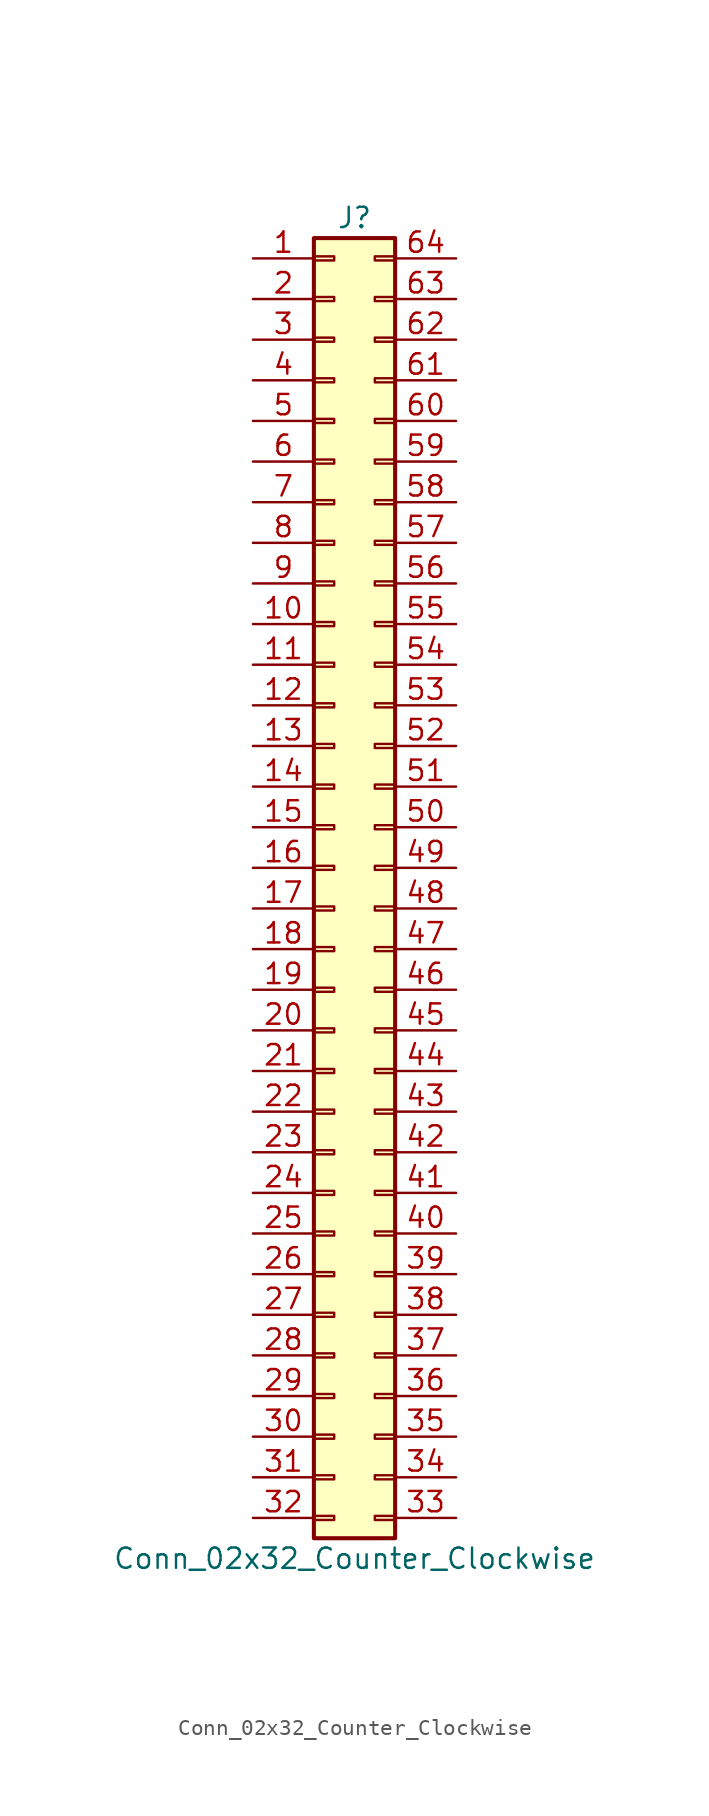
<source format=kicad_sym>
(kicad_symbol_lib
  (version 20220914)
  (generator kicad_symbol_editor)
  (symbol "Conn_02x32_Counter_Clockwise"
    (pin_names
      (offset 1.016) hide)
    (property "Reference" "J"
      (at 1.27 40.64 0)
      (effects (font (size 1.27 1.27))))
    (property "Value" "Conn_02x32_Counter_Clockwise"
      (at 1.27 -43.18 0)
      (effects (font (size 1.27 1.27))))
    (symbol "Conn_02x32_Counter_Clockwise_1_1"
      (rectangle (start -1.27 -40.513) (end 0 -40.767) (stroke (width 0.152) (type solid)) (fill (type none)))
      (rectangle (start -1.27 -37.973) (end 0 -38.227) (stroke (width 0.152) (type solid)) (fill (type none)))
      (rectangle (start -1.27 -35.433) (end 0 -35.687) (stroke (width 0.152) (type solid)) (fill (type none)))
      (rectangle (start -1.27 -32.893) (end 0 -33.147) (stroke (width 0.152) (type solid)) (fill (type none)))
      (rectangle (start -1.27 -30.353) (end 0 -30.607) (stroke (width 0.152) (type solid)) (fill (type none)))
      (rectangle (start -1.27 -27.813) (end 0 -28.067) (stroke (width 0.152) (type solid)) (fill (type none)))
      (rectangle (start -1.27 -25.273) (end 0 -25.527) (stroke (width 0.152) (type solid)) (fill (type none)))
      (rectangle (start -1.27 -22.733) (end 0 -22.987) (stroke (width 0.152) (type solid)) (fill (type none)))
      (rectangle (start -1.27 -20.193) (end 0 -20.447) (stroke (width 0.152) (type solid)) (fill (type none)))
      (rectangle (start -1.27 -17.653) (end 0 -17.907) (stroke (width 0.152) (type solid)) (fill (type none)))
      (rectangle (start -1.27 -15.113) (end 0 -15.367) (stroke (width 0.152) (type solid)) (fill (type none)))
      (rectangle (start -1.27 -12.573) (end 0 -12.827) (stroke (width 0.152) (type solid)) (fill (type none)))
      (rectangle (start -1.27 -10.033) (end 0 -10.287) (stroke (width 0.152) (type solid)) (fill (type none)))
      (rectangle (start -1.27 -7.493) (end 0 -7.747) (stroke (width 0.152) (type solid)) (fill (type none)))
      (rectangle (start -1.27 -4.953) (end 0 -5.207) (stroke (width 0.152) (type solid)) (fill (type none)))
      (rectangle (start -1.27 -2.413) (end 0 -2.667) (stroke (width 0.152) (type solid)) (fill (type none)))
      (rectangle (start -1.27 0.127) (end 0 -0.127) (stroke (width 0.152) (type solid)) (fill (type none)))
      (rectangle (start -1.27 2.667) (end 0 2.413) (stroke (width 0.152) (type solid)) (fill (type none)))
      (rectangle (start -1.27 5.207) (end 0 4.953) (stroke (width 0.152) (type solid)) (fill (type none)))
      (rectangle (start -1.27 7.747) (end 0 7.493) (stroke (width 0.152) (type solid)) (fill (type none)))
      (rectangle (start -1.27 10.287) (end 0 10.033) (stroke (width 0.152) (type solid)) (fill (type none)))
      (rectangle (start -1.27 12.827) (end 0 12.573) (stroke (width 0.152) (type solid)) (fill (type none)))
      (rectangle (start -1.27 15.367) (end 0 15.113) (stroke (width 0.152) (type solid)) (fill (type none)))
      (rectangle (start -1.27 17.907) (end 0 17.653) (stroke (width 0.152) (type solid)) (fill (type none)))
      (rectangle (start -1.27 20.447) (end 0 20.193) (stroke (width 0.152) (type solid)) (fill (type none)))
      (rectangle (start -1.27 22.987) (end 0 22.733) (stroke (width 0.152) (type solid)) (fill (type none)))
      (rectangle (start -1.27 25.527) (end 0 25.273) (stroke (width 0.152) (type solid)) (fill (type none)))
      (rectangle (start -1.27 28.067) (end 0 27.813) (stroke (width 0.152) (type solid)) (fill (type none)))
      (rectangle (start -1.27 30.607) (end 0 30.353) (stroke (width 0.152) (type solid)) (fill (type none)))
      (rectangle (start -1.27 33.147) (end 0 32.893) (stroke (width 0.152) (type solid)) (fill (type none)))
      (rectangle (start -1.27 35.687) (end 0 35.433) (stroke (width 0.152) (type solid)) (fill (type none)))
      (rectangle (start -1.27 38.227) (end 0 37.973) (stroke (width 0.152) (type solid)) (fill (type none)))
      (rectangle (start -1.27 39.37) (end 3.81 -41.91) (stroke (width 0.254) (type solid)) (fill (type background)))
      (rectangle (start 3.81 -40.513) (end 2.54 -40.767) (stroke (width 0.152) (type solid)) (fill (type none)))
      (rectangle (start 3.81 -37.973) (end 2.54 -38.227) (stroke (width 0.152) (type solid)) (fill (type none)))
      (rectangle (start 3.81 -35.433) (end 2.54 -35.687) (stroke (width 0.152) (type solid)) (fill (type none)))
      (rectangle (start 3.81 -32.893) (end 2.54 -33.147) (stroke (width 0.152) (type solid)) (fill (type none)))
      (rectangle (start 3.81 -30.353) (end 2.54 -30.607) (stroke (width 0.152) (type solid)) (fill (type none)))
      (rectangle (start 3.81 -27.813) (end 2.54 -28.067) (stroke (width 0.152) (type solid)) (fill (type none)))
      (rectangle (start 3.81 -25.273) (end 2.54 -25.527) (stroke (width 0.152) (type solid)) (fill (type none)))
      (rectangle (start 3.81 -22.733) (end 2.54 -22.987) (stroke (width 0.152) (type solid)) (fill (type none)))
      (rectangle (start 3.81 -20.193) (end 2.54 -20.447) (stroke (width 0.152) (type solid)) (fill (type none)))
      (rectangle (start 3.81 -17.653) (end 2.54 -17.907) (stroke (width 0.152) (type solid)) (fill (type none)))
      (rectangle (start 3.81 -15.113) (end 2.54 -15.367) (stroke (width 0.152) (type solid)) (fill (type none)))
      (rectangle (start 3.81 -12.573) (end 2.54 -12.827) (stroke (width 0.152) (type solid)) (fill (type none)))
      (rectangle (start 3.81 -10.033) (end 2.54 -10.287) (stroke (width 0.152) (type solid)) (fill (type none)))
      (rectangle (start 3.81 -7.493) (end 2.54 -7.747) (stroke (width 0.152) (type solid)) (fill (type none)))
      (rectangle (start 3.81 -4.953) (end 2.54 -5.207) (stroke (width 0.152) (type solid)) (fill (type none)))
      (rectangle (start 3.81 -2.413) (end 2.54 -2.667) (stroke (width 0.152) (type solid)) (fill (type none)))
      (rectangle (start 3.81 0.127) (end 2.54 -0.127) (stroke (width 0.152) (type solid)) (fill (type none)))
      (rectangle (start 3.81 2.667) (end 2.54 2.413) (stroke (width 0.152) (type solid)) (fill (type none)))
      (rectangle (start 3.81 5.207) (end 2.54 4.953) (stroke (width 0.152) (type solid)) (fill (type none)))
      (rectangle (start 3.81 7.747) (end 2.54 7.493) (stroke (width 0.152) (type solid)) (fill (type none)))
      (rectangle (start 3.81 10.287) (end 2.54 10.033) (stroke (width 0.152) (type solid)) (fill (type none)))
      (rectangle (start 3.81 12.827) (end 2.54 12.573) (stroke (width 0.152) (type solid)) (fill (type none)))
      (rectangle (start 3.81 15.367) (end 2.54 15.113) (stroke (width 0.152) (type solid)) (fill (type none)))
      (rectangle (start 3.81 17.907) (end 2.54 17.653) (stroke (width 0.152) (type solid)) (fill (type none)))
      (rectangle (start 3.81 20.447) (end 2.54 20.193) (stroke (width 0.152) (type solid)) (fill (type none)))
      (rectangle (start 3.81 22.987) (end 2.54 22.733) (stroke (width 0.152) (type solid)) (fill (type none)))
      (rectangle (start 3.81 25.527) (end 2.54 25.273) (stroke (width 0.152) (type solid)) (fill (type none)))
      (rectangle (start 3.81 28.067) (end 2.54 27.813) (stroke (width 0.152) (type solid)) (fill (type none)))
      (rectangle (start 3.81 30.607) (end 2.54 30.353) (stroke (width 0.152) (type solid)) (fill (type none)))
      (rectangle (start 3.81 33.147) (end 2.54 32.893) (stroke (width 0.152) (type solid)) (fill (type none)))
      (rectangle (start 3.81 35.687) (end 2.54 35.433) (stroke (width 0.152) (type solid)) (fill (type none)))
      (rectangle (start 3.81 38.227) (end 2.54 37.973) (stroke (width 0.152) (type solid)) (fill (type none)))
      (pin passive line (at -5.08 38.1 0) (length 3.81) (name "Pin_1" (effects (font (size 1.27 1.27)))) (number "1" (effects (font (size 1.27 1.27)))))
      (pin passive line (at -5.08 15.24 0) (length 3.81) (name "Pin_10" (effects (font (size 1.27 1.27)))) (number "10" (effects (font (size 1.27 1.27)))))
      (pin passive line (at -5.08 12.7 0) (length 3.81) (name "Pin_11" (effects (font (size 1.27 1.27)))) (number "11" (effects (font (size 1.27 1.27)))))
      (pin passive line (at -5.08 10.16 0) (length 3.81) (name "Pin_12" (effects (font (size 1.27 1.27)))) (number "12" (effects (font (size 1.27 1.27)))))
      (pin passive line (at -5.08 7.62 0) (length 3.81) (name "Pin_13" (effects (font (size 1.27 1.27)))) (number "13" (effects (font (size 1.27 1.27)))))
      (pin passive line (at -5.08 5.08 0) (length 3.81) (name "Pin_14" (effects (font (size 1.27 1.27)))) (number "14" (effects (font (size 1.27 1.27)))))
      (pin passive line (at -5.08 2.54 0) (length 3.81) (name "Pin_15" (effects (font (size 1.27 1.27)))) (number "15" (effects (font (size 1.27 1.27)))))
      (pin passive line (at -5.08 0 0) (length 3.81) (name "Pin_16" (effects (font (size 1.27 1.27)))) (number "16" (effects (font (size 1.27 1.27)))))
      (pin passive line (at -5.08 -2.54 0) (length 3.81) (name "Pin_17" (effects (font (size 1.27 1.27)))) (number "17" (effects (font (size 1.27 1.27)))))
      (pin passive line (at -5.08 -5.08 0) (length 3.81) (name "Pin_18" (effects (font (size 1.27 1.27)))) (number "18" (effects (font (size 1.27 1.27)))))
      (pin passive line (at -5.08 -7.62 0) (length 3.81) (name "Pin_19" (effects (font (size 1.27 1.27)))) (number "19" (effects (font (size 1.27 1.27)))))
      (pin passive line (at -5.08 35.56 0) (length 3.81) (name "Pin_2" (effects (font (size 1.27 1.27)))) (number "2" (effects (font (size 1.27 1.27)))))
      (pin passive line (at -5.08 -10.16 0) (length 3.81) (name "Pin_20" (effects (font (size 1.27 1.27)))) (number "20" (effects (font (size 1.27 1.27)))))
      (pin passive line (at -5.08 -12.7 0) (length 3.81) (name "Pin_21" (effects (font (size 1.27 1.27)))) (number "21" (effects (font (size 1.27 1.27)))))
      (pin passive line (at -5.08 -15.24 0) (length 3.81) (name "Pin_22" (effects (font (size 1.27 1.27)))) (number "22" (effects (font (size 1.27 1.27)))))
      (pin passive line (at -5.08 -17.78 0) (length 3.81) (name "Pin_23" (effects (font (size 1.27 1.27)))) (number "23" (effects (font (size 1.27 1.27)))))
      (pin passive line (at -5.08 -20.32 0) (length 3.81) (name "Pin_24" (effects (font (size 1.27 1.27)))) (number "24" (effects (font (size 1.27 1.27)))))
      (pin passive line (at -5.08 -22.86 0) (length 3.81) (name "Pin_25" (effects (font (size 1.27 1.27)))) (number "25" (effects (font (size 1.27 1.27)))))
      (pin passive line (at -5.08 -25.4 0) (length 3.81) (name "Pin_26" (effects (font (size 1.27 1.27)))) (number "26" (effects (font (size 1.27 1.27)))))
      (pin passive line (at -5.08 -27.94 0) (length 3.81) (name "Pin_27" (effects (font (size 1.27 1.27)))) (number "27" (effects (font (size 1.27 1.27)))))
      (pin passive line (at -5.08 -30.48 0) (length 3.81) (name "Pin_28" (effects (font (size 1.27 1.27)))) (number "28" (effects (font (size 1.27 1.27)))))
      (pin passive line (at -5.08 -33.02 0) (length 3.81) (name "Pin_29" (effects (font (size 1.27 1.27)))) (number "29" (effects (font (size 1.27 1.27)))))
      (pin passive line (at -5.08 33.02 0) (length 3.81) (name "Pin_3" (effects (font (size 1.27 1.27)))) (number "3" (effects (font (size 1.27 1.27)))))
      (pin passive line (at -5.08 -35.56 0) (length 3.81) (name "Pin_30" (effects (font (size 1.27 1.27)))) (number "30" (effects (font (size 1.27 1.27)))))
      (pin passive line (at -5.08 -38.1 0) (length 3.81) (name "Pin_31" (effects (font (size 1.27 1.27)))) (number "31" (effects (font (size 1.27 1.27)))))
      (pin passive line (at -5.08 -40.64 0) (length 3.81) (name "Pin_32" (effects (font (size 1.27 1.27)))) (number "32" (effects (font (size 1.27 1.27)))))
      (pin passive line (at 7.62 -40.64 180) (length 3.81) (name "Pin_33" (effects (font (size 1.27 1.27)))) (number "33" (effects (font (size 1.27 1.27)))))
      (pin passive line (at 7.62 -38.1 180) (length 3.81) (name "Pin_34" (effects (font (size 1.27 1.27)))) (number "34" (effects (font (size 1.27 1.27)))))
      (pin passive line (at 7.62 -35.56 180) (length 3.81) (name "Pin_35" (effects (font (size 1.27 1.27)))) (number "35" (effects (font (size 1.27 1.27)))))
      (pin passive line (at 7.62 -33.02 180) (length 3.81) (name "Pin_36" (effects (font (size 1.27 1.27)))) (number "36" (effects (font (size 1.27 1.27)))))
      (pin passive line (at 7.62 -30.48 180) (length 3.81) (name "Pin_37" (effects (font (size 1.27 1.27)))) (number "37" (effects (font (size 1.27 1.27)))))
      (pin passive line (at 7.62 -27.94 180) (length 3.81) (name "Pin_38" (effects (font (size 1.27 1.27)))) (number "38" (effects (font (size 1.27 1.27)))))
      (pin passive line (at 7.62 -25.4 180) (length 3.81) (name "Pin_39" (effects (font (size 1.27 1.27)))) (number "39" (effects (font (size 1.27 1.27)))))
      (pin passive line (at -5.08 30.48 0) (length 3.81) (name "Pin_4" (effects (font (size 1.27 1.27)))) (number "4" (effects (font (size 1.27 1.27)))))
      (pin passive line (at 7.62 -22.86 180) (length 3.81) (name "Pin_40" (effects (font (size 1.27 1.27)))) (number "40" (effects (font (size 1.27 1.27)))))
      (pin passive line (at 7.62 -20.32 180) (length 3.81) (name "Pin_41" (effects (font (size 1.27 1.27)))) (number "41" (effects (font (size 1.27 1.27)))))
      (pin passive line (at 7.62 -17.78 180) (length 3.81) (name "Pin_42" (effects (font (size 1.27 1.27)))) (number "42" (effects (font (size 1.27 1.27)))))
      (pin passive line (at 7.62 -15.24 180) (length 3.81) (name "Pin_43" (effects (font (size 1.27 1.27)))) (number "43" (effects (font (size 1.27 1.27)))))
      (pin passive line (at 7.62 -12.7 180) (length 3.81) (name "Pin_44" (effects (font (size 1.27 1.27)))) (number "44" (effects (font (size 1.27 1.27)))))
      (pin passive line (at 7.62 -10.16 180) (length 3.81) (name "Pin_45" (effects (font (size 1.27 1.27)))) (number "45" (effects (font (size 1.27 1.27)))))
      (pin passive line (at 7.62 -7.62 180) (length 3.81) (name "Pin_46" (effects (font (size 1.27 1.27)))) (number "46" (effects (font (size 1.27 1.27)))))
      (pin passive line (at 7.62 -5.08 180) (length 3.81) (name "Pin_47" (effects (font (size 1.27 1.27)))) (number "47" (effects (font (size 1.27 1.27)))))
      (pin passive line (at 7.62 -2.54 180) (length 3.81) (name "Pin_48" (effects (font (size 1.27 1.27)))) (number "48" (effects (font (size 1.27 1.27)))))
      (pin passive line (at 7.62 0 180) (length 3.81) (name "Pin_49" (effects (font (size 1.27 1.27)))) (number "49" (effects (font (size 1.27 1.27)))))
      (pin passive line (at -5.08 27.94 0) (length 3.81) (name "Pin_5" (effects (font (size 1.27 1.27)))) (number "5" (effects (font (size 1.27 1.27)))))
      (pin passive line (at 7.62 2.54 180) (length 3.81) (name "Pin_50" (effects (font (size 1.27 1.27)))) (number "50" (effects (font (size 1.27 1.27)))))
      (pin passive line (at 7.62 5.08 180) (length 3.81) (name "Pin_51" (effects (font (size 1.27 1.27)))) (number "51" (effects (font (size 1.27 1.27)))))
      (pin passive line (at 7.62 7.62 180) (length 3.81) (name "Pin_52" (effects (font (size 1.27 1.27)))) (number "52" (effects (font (size 1.27 1.27)))))
      (pin passive line (at 7.62 10.16 180) (length 3.81) (name "Pin_53" (effects (font (size 1.27 1.27)))) (number "53" (effects (font (size 1.27 1.27)))))
      (pin passive line (at 7.62 12.7 180) (length 3.81) (name "Pin_54" (effects (font (size 1.27 1.27)))) (number "54" (effects (font (size 1.27 1.27)))))
      (pin passive line (at 7.62 15.24 180) (length 3.81) (name "Pin_55" (effects (font (size 1.27 1.27)))) (number "55" (effects (font (size 1.27 1.27)))))
      (pin passive line (at 7.62 17.78 180) (length 3.81) (name "Pin_56" (effects (font (size 1.27 1.27)))) (number "56" (effects (font (size 1.27 1.27)))))
      (pin passive line (at 7.62 20.32 180) (length 3.81) (name "Pin_57" (effects (font (size 1.27 1.27)))) (number "57" (effects (font (size 1.27 1.27)))))
      (pin passive line (at 7.62 22.86 180) (length 3.81) (name "Pin_58" (effects (font (size 1.27 1.27)))) (number "58" (effects (font (size 1.27 1.27)))))
      (pin passive line (at 7.62 25.4 180) (length 3.81) (name "Pin_59" (effects (font (size 1.27 1.27)))) (number "59" (effects (font (size 1.27 1.27)))))
      (pin passive line (at -5.08 25.4 0) (length 3.81) (name "Pin_6" (effects (font (size 1.27 1.27)))) (number "6" (effects (font (size 1.27 1.27)))))
      (pin passive line (at 7.62 27.94 180) (length 3.81) (name "Pin_60" (effects (font (size 1.27 1.27)))) (number "60" (effects (font (size 1.27 1.27)))))
      (pin passive line (at 7.62 30.48 180) (length 3.81) (name "Pin_61" (effects (font (size 1.27 1.27)))) (number "61" (effects (font (size 1.27 1.27)))))
      (pin passive line (at 7.62 33.02 180) (length 3.81) (name "Pin_62" (effects (font (size 1.27 1.27)))) (number "62" (effects (font (size 1.27 1.27)))))
      (pin passive line (at 7.62 35.56 180) (length 3.81) (name "Pin_63" (effects (font (size 1.27 1.27)))) (number "63" (effects (font (size 1.27 1.27)))))
      (pin passive line (at 7.62 38.1 180) (length 3.81) (name "Pin_64" (effects (font (size 1.27 1.27)))) (number "64" (effects (font (size 1.27 1.27)))))
      (pin passive line (at -5.08 22.86 0) (length 3.81) (name "Pin_7" (effects (font (size 1.27 1.27)))) (number "7" (effects (font (size 1.27 1.27)))))
      (pin passive line (at -5.08 20.32 0) (length 3.81) (name "Pin_8" (effects (font (size 1.27 1.27)))) (number "8" (effects (font (size 1.27 1.27)))))
      (pin passive line (at -5.08 17.78 0) (length 3.81) (name "Pin_9" (effects (font (size 1.27 1.27)))) (number "9" (effects (font (size 1.27 1.27))))))))
</source>
